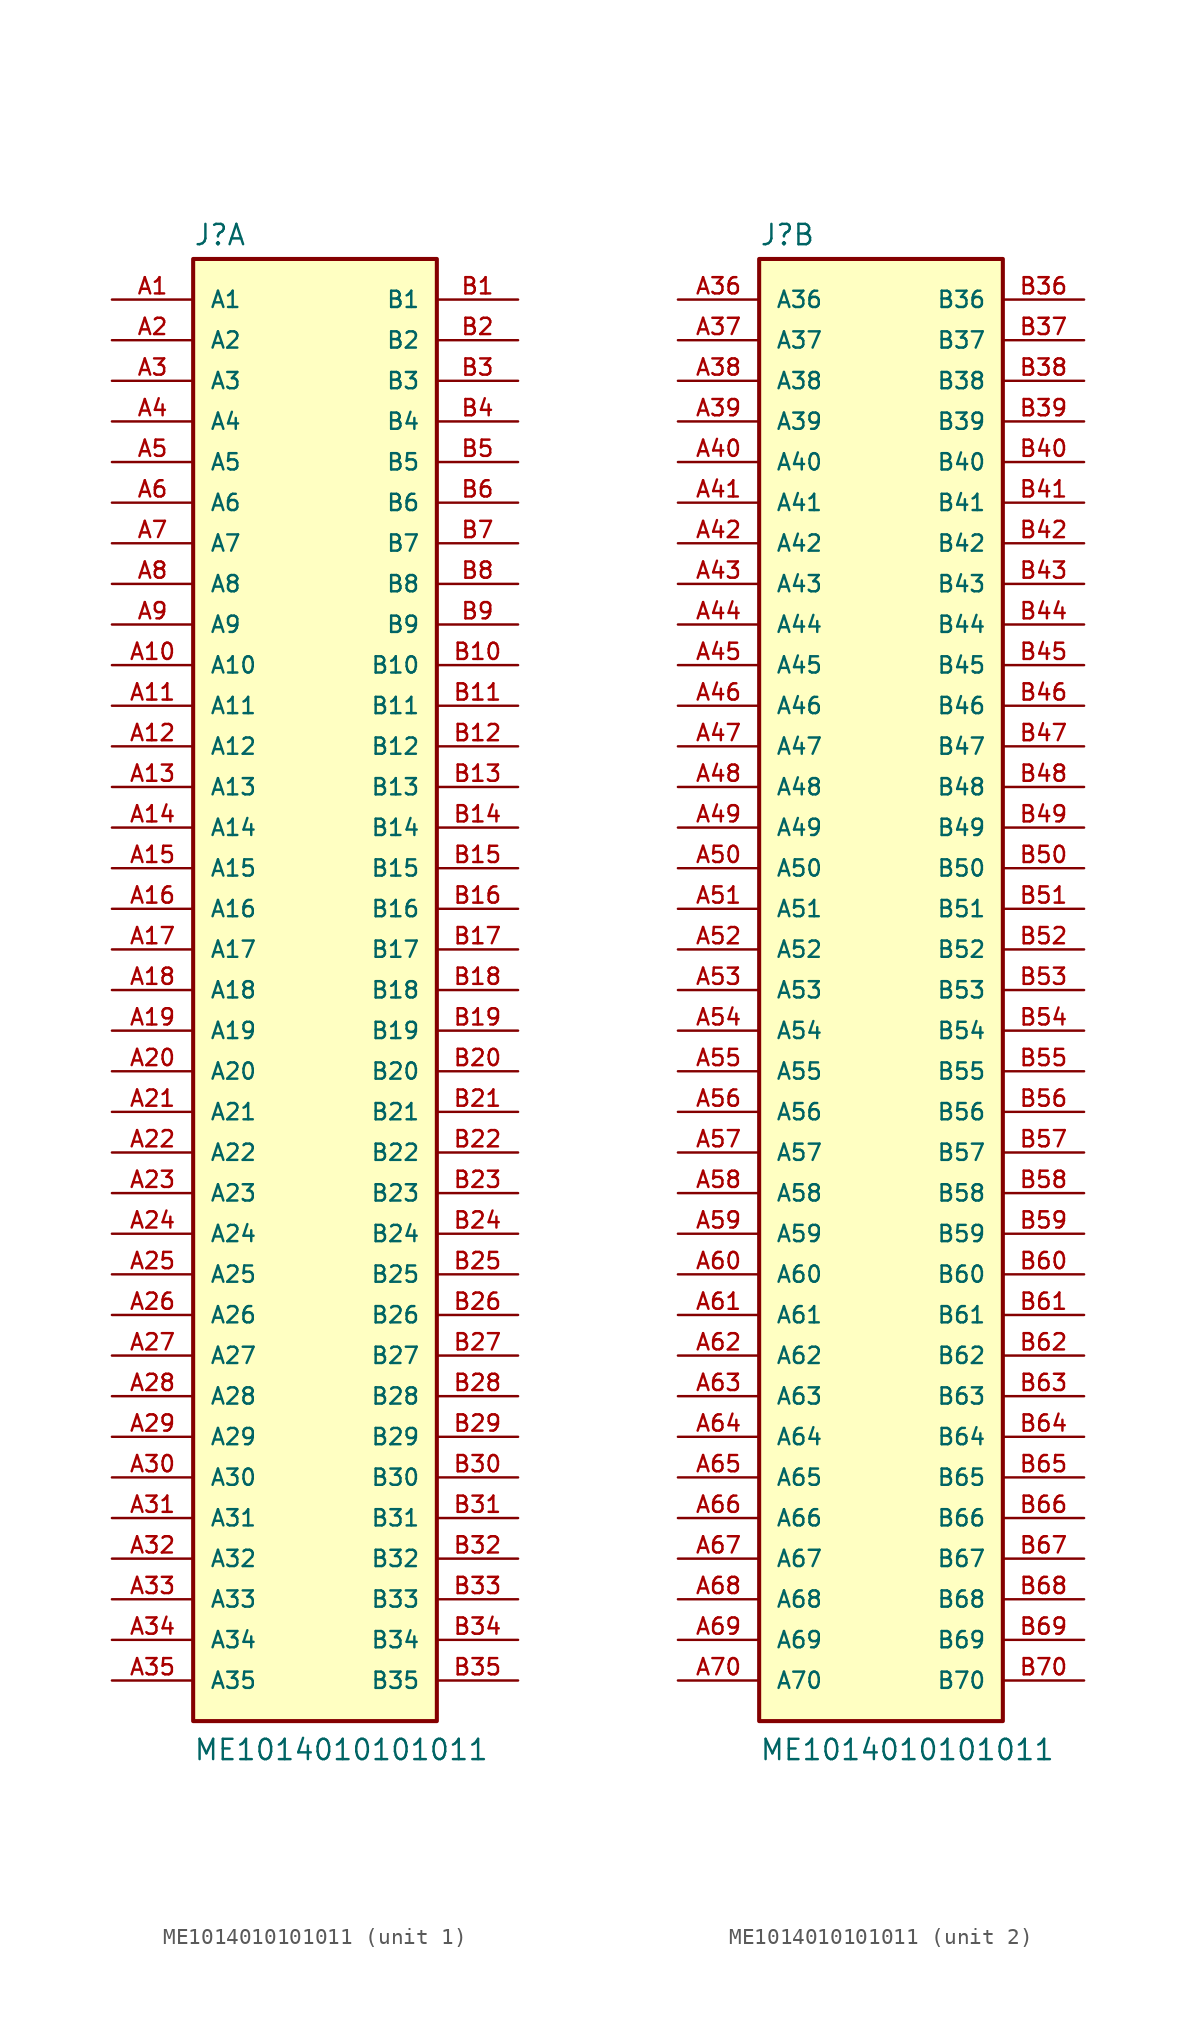
<source format=kicad_sym>
(kicad_symbol_lib
  (version 20211014)
  (generator kicad_symbol_editor)
  (symbol "ME1014010101011"
    (pin_names
      (offset 1.016))
    (property "Reference" "J"
      (at -7.62 46.482 0)
      (effects (font (size 1.27 1.27)) (justify bottom left)))
    (property "Value" "ME1014010101011"
      (at -7.62 -48.26 0)
      (effects (font (size 1.27 1.27)) (justify bottom left)))
    (symbol "ME1014010101011_1_0"
      (rectangle (start -7.62 -45.72) (end 7.62 45.72) (stroke (width 0.254)) (fill (type background)))
      (pin passive line (at -12.7 43.18 0) (length 5.08) (name "A1" (effects (font (size 1.016 1.016)))) (number "A1" (effects (font (size 1.016 1.016)))))
      (pin passive line (at 12.7 43.18 180.0) (length 5.08) (name "B1" (effects (font (size 1.016 1.016)))) (number "B1" (effects (font (size 1.016 1.016)))))
      (pin passive line (at -12.7 40.64 0) (length 5.08) (name "A2" (effects (font (size 1.016 1.016)))) (number "A2" (effects (font (size 1.016 1.016)))))
      (pin passive line (at 12.7 40.64 180.0) (length 5.08) (name "B2" (effects (font (size 1.016 1.016)))) (number "B2" (effects (font (size 1.016 1.016)))))
      (pin passive line (at -12.7 38.1 0) (length 5.08) (name "A3" (effects (font (size 1.016 1.016)))) (number "A3" (effects (font (size 1.016 1.016)))))
      (pin passive line (at 12.7 38.1 180.0) (length 5.08) (name "B3" (effects (font (size 1.016 1.016)))) (number "B3" (effects (font (size 1.016 1.016)))))
      (pin passive line (at -12.7 35.56 0) (length 5.08) (name "A4" (effects (font (size 1.016 1.016)))) (number "A4" (effects (font (size 1.016 1.016)))))
      (pin passive line (at 12.7 35.56 180.0) (length 5.08) (name "B4" (effects (font (size 1.016 1.016)))) (number "B4" (effects (font (size 1.016 1.016)))))
      (pin passive line (at -12.7 33.02 0) (length 5.08) (name "A5" (effects (font (size 1.016 1.016)))) (number "A5" (effects (font (size 1.016 1.016)))))
      (pin passive line (at 12.7 33.02 180.0) (length 5.08) (name "B5" (effects (font (size 1.016 1.016)))) (number "B5" (effects (font (size 1.016 1.016)))))
      (pin passive line (at -12.7 30.48 0) (length 5.08) (name "A6" (effects (font (size 1.016 1.016)))) (number "A6" (effects (font (size 1.016 1.016)))))
      (pin passive line (at 12.7 30.48 180.0) (length 5.08) (name "B6" (effects (font (size 1.016 1.016)))) (number "B6" (effects (font (size 1.016 1.016)))))
      (pin passive line (at -12.7 27.94 0) (length 5.08) (name "A7" (effects (font (size 1.016 1.016)))) (number "A7" (effects (font (size 1.016 1.016)))))
      (pin passive line (at 12.7 27.94 180.0) (length 5.08) (name "B7" (effects (font (size 1.016 1.016)))) (number "B7" (effects (font (size 1.016 1.016)))))
      (pin passive line (at -12.7 25.4 0) (length 5.08) (name "A8" (effects (font (size 1.016 1.016)))) (number "A8" (effects (font (size 1.016 1.016)))))
      (pin passive line (at 12.7 25.4 180.0) (length 5.08) (name "B8" (effects (font (size 1.016 1.016)))) (number "B8" (effects (font (size 1.016 1.016)))))
      (pin passive line (at -12.7 22.86 0) (length 5.08) (name "A9" (effects (font (size 1.016 1.016)))) (number "A9" (effects (font (size 1.016 1.016)))))
      (pin passive line (at 12.7 22.86 180.0) (length 5.08) (name "B9" (effects (font (size 1.016 1.016)))) (number "B9" (effects (font (size 1.016 1.016)))))
      (pin passive line (at -12.7 20.32 0) (length 5.08) (name "A10" (effects (font (size 1.016 1.016)))) (number "A10" (effects (font (size 1.016 1.016)))))
      (pin passive line (at 12.7 20.32 180.0) (length 5.08) (name "B10" (effects (font (size 1.016 1.016)))) (number "B10" (effects (font (size 1.016 1.016)))))
      (pin passive line (at -12.7 17.78 0) (length 5.08) (name "A11" (effects (font (size 1.016 1.016)))) (number "A11" (effects (font (size 1.016 1.016)))))
      (pin passive line (at 12.7 17.78 180.0) (length 5.08) (name "B11" (effects (font (size 1.016 1.016)))) (number "B11" (effects (font (size 1.016 1.016)))))
      (pin passive line (at -12.7 15.24 0) (length 5.08) (name "A12" (effects (font (size 1.016 1.016)))) (number "A12" (effects (font (size 1.016 1.016)))))
      (pin passive line (at 12.7 15.24 180.0) (length 5.08) (name "B12" (effects (font (size 1.016 1.016)))) (number "B12" (effects (font (size 1.016 1.016)))))
      (pin passive line (at -12.7 12.7 0) (length 5.08) (name "A13" (effects (font (size 1.016 1.016)))) (number "A13" (effects (font (size 1.016 1.016)))))
      (pin passive line (at 12.7 12.7 180.0) (length 5.08) (name "B13" (effects (font (size 1.016 1.016)))) (number "B13" (effects (font (size 1.016 1.016)))))
      (pin passive line (at -12.7 10.16 0) (length 5.08) (name "A14" (effects (font (size 1.016 1.016)))) (number "A14" (effects (font (size 1.016 1.016)))))
      (pin passive line (at 12.7 10.16 180.0) (length 5.08) (name "B14" (effects (font (size 1.016 1.016)))) (number "B14" (effects (font (size 1.016 1.016)))))
      (pin passive line (at -12.7 7.62 0) (length 5.08) (name "A15" (effects (font (size 1.016 1.016)))) (number "A15" (effects (font (size 1.016 1.016)))))
      (pin passive line (at 12.7 7.62 180.0) (length 5.08) (name "B15" (effects (font (size 1.016 1.016)))) (number "B15" (effects (font (size 1.016 1.016)))))
      (pin passive line (at -12.7 5.08 0) (length 5.08) (name "A16" (effects (font (size 1.016 1.016)))) (number "A16" (effects (font (size 1.016 1.016)))))
      (pin passive line (at 12.7 5.08 180.0) (length 5.08) (name "B16" (effects (font (size 1.016 1.016)))) (number "B16" (effects (font (size 1.016 1.016)))))
      (pin passive line (at -12.7 2.54 0) (length 5.08) (name "A17" (effects (font (size 1.016 1.016)))) (number "A17" (effects (font (size 1.016 1.016)))))
      (pin passive line (at 12.7 2.54 180.0) (length 5.08) (name "B17" (effects (font (size 1.016 1.016)))) (number "B17" (effects (font (size 1.016 1.016)))))
      (pin passive line (at -12.7 0.0 0) (length 5.08) (name "A18" (effects (font (size 1.016 1.016)))) (number "A18" (effects (font (size 1.016 1.016)))))
      (pin passive line (at 12.7 0.0 180.0) (length 5.08) (name "B18" (effects (font (size 1.016 1.016)))) (number "B18" (effects (font (size 1.016 1.016)))))
      (pin passive line (at -12.7 -2.54 0) (length 5.08) (name "A19" (effects (font (size 1.016 1.016)))) (number "A19" (effects (font (size 1.016 1.016)))))
      (pin passive line (at 12.7 -2.54 180.0) (length 5.08) (name "B19" (effects (font (size 1.016 1.016)))) (number "B19" (effects (font (size 1.016 1.016)))))
      (pin passive line (at -12.7 -5.08 0) (length 5.08) (name "A20" (effects (font (size 1.016 1.016)))) (number "A20" (effects (font (size 1.016 1.016)))))
      (pin passive line (at 12.7 -5.08 180.0) (length 5.08) (name "B20" (effects (font (size 1.016 1.016)))) (number "B20" (effects (font (size 1.016 1.016)))))
      (pin passive line (at -12.7 -7.62 0) (length 5.08) (name "A21" (effects (font (size 1.016 1.016)))) (number "A21" (effects (font (size 1.016 1.016)))))
      (pin passive line (at 12.7 -7.62 180.0) (length 5.08) (name "B21" (effects (font (size 1.016 1.016)))) (number "B21" (effects (font (size 1.016 1.016)))))
      (pin passive line (at -12.7 -10.16 0) (length 5.08) (name "A22" (effects (font (size 1.016 1.016)))) (number "A22" (effects (font (size 1.016 1.016)))))
      (pin passive line (at 12.7 -10.16 180.0) (length 5.08) (name "B22" (effects (font (size 1.016 1.016)))) (number "B22" (effects (font (size 1.016 1.016)))))
      (pin passive line (at -12.7 -12.7 0) (length 5.08) (name "A23" (effects (font (size 1.016 1.016)))) (number "A23" (effects (font (size 1.016 1.016)))))
      (pin passive line (at 12.7 -12.7 180.0) (length 5.08) (name "B23" (effects (font (size 1.016 1.016)))) (number "B23" (effects (font (size 1.016 1.016)))))
      (pin passive line (at -12.7 -15.24 0) (length 5.08) (name "A24" (effects (font (size 1.016 1.016)))) (number "A24" (effects (font (size 1.016 1.016)))))
      (pin passive line (at 12.7 -15.24 180.0) (length 5.08) (name "B24" (effects (font (size 1.016 1.016)))) (number "B24" (effects (font (size 1.016 1.016)))))
      (pin passive line (at -12.7 -17.78 0) (length 5.08) (name "A25" (effects (font (size 1.016 1.016)))) (number "A25" (effects (font (size 1.016 1.016)))))
      (pin passive line (at 12.7 -17.78 180.0) (length 5.08) (name "B25" (effects (font (size 1.016 1.016)))) (number "B25" (effects (font (size 1.016 1.016)))))
      (pin passive line (at -12.7 -20.32 0) (length 5.08) (name "A26" (effects (font (size 1.016 1.016)))) (number "A26" (effects (font (size 1.016 1.016)))))
      (pin passive line (at 12.7 -20.32 180.0) (length 5.08) (name "B26" (effects (font (size 1.016 1.016)))) (number "B26" (effects (font (size 1.016 1.016)))))
      (pin passive line (at -12.7 -22.86 0) (length 5.08) (name "A27" (effects (font (size 1.016 1.016)))) (number "A27" (effects (font (size 1.016 1.016)))))
      (pin passive line (at 12.7 -22.86 180.0) (length 5.08) (name "B27" (effects (font (size 1.016 1.016)))) (number "B27" (effects (font (size 1.016 1.016)))))
      (pin passive line (at -12.7 -25.4 0) (length 5.08) (name "A28" (effects (font (size 1.016 1.016)))) (number "A28" (effects (font (size 1.016 1.016)))))
      (pin passive line (at 12.7 -25.4 180.0) (length 5.08) (name "B28" (effects (font (size 1.016 1.016)))) (number "B28" (effects (font (size 1.016 1.016)))))
      (pin passive line (at -12.7 -27.94 0) (length 5.08) (name "A29" (effects (font (size 1.016 1.016)))) (number "A29" (effects (font (size 1.016 1.016)))))
      (pin passive line (at 12.7 -27.94 180.0) (length 5.08) (name "B29" (effects (font (size 1.016 1.016)))) (number "B29" (effects (font (size 1.016 1.016)))))
      (pin passive line (at -12.7 -30.48 0) (length 5.08) (name "A30" (effects (font (size 1.016 1.016)))) (number "A30" (effects (font (size 1.016 1.016)))))
      (pin passive line (at 12.7 -30.48 180.0) (length 5.08) (name "B30" (effects (font (size 1.016 1.016)))) (number "B30" (effects (font (size 1.016 1.016)))))
      (pin passive line (at -12.7 -33.02 0) (length 5.08) (name "A31" (effects (font (size 1.016 1.016)))) (number "A31" (effects (font (size 1.016 1.016)))))
      (pin passive line (at 12.7 -33.02 180.0) (length 5.08) (name "B31" (effects (font (size 1.016 1.016)))) (number "B31" (effects (font (size 1.016 1.016)))))
      (pin passive line (at -12.7 -35.56 0) (length 5.08) (name "A32" (effects (font (size 1.016 1.016)))) (number "A32" (effects (font (size 1.016 1.016)))))
      (pin passive line (at 12.7 -35.56 180.0) (length 5.08) (name "B32" (effects (font (size 1.016 1.016)))) (number "B32" (effects (font (size 1.016 1.016)))))
      (pin passive line (at -12.7 -38.1 0) (length 5.08) (name "A33" (effects (font (size 1.016 1.016)))) (number "A33" (effects (font (size 1.016 1.016)))))
      (pin passive line (at 12.7 -38.1 180.0) (length 5.08) (name "B33" (effects (font (size 1.016 1.016)))) (number "B33" (effects (font (size 1.016 1.016)))))
      (pin passive line (at -12.7 -40.64 0) (length 5.08) (name "A34" (effects (font (size 1.016 1.016)))) (number "A34" (effects (font (size 1.016 1.016)))))
      (pin passive line (at 12.7 -40.64 180.0) (length 5.08) (name "B34" (effects (font (size 1.016 1.016)))) (number "B34" (effects (font (size 1.016 1.016)))))
      (pin passive line (at -12.7 -43.18 0) (length 5.08) (name "A35" (effects (font (size 1.016 1.016)))) (number "A35" (effects (font (size 1.016 1.016)))))
      (pin passive line (at 12.7 -43.18 180.0) (length 5.08) (name "B35" (effects (font (size 1.016 1.016)))) (number "B35" (effects (font (size 1.016 1.016))))))
    (symbol "ME1014010101011_2_0"
      (rectangle (start -7.62 -45.72) (end 7.62 45.72) (stroke (width 0.254)) (fill (type background)))
      (pin passive line (at -12.7 43.18 0) (length 5.08) (name "A36" (effects (font (size 1.016 1.016)))) (number "A36" (effects (font (size 1.016 1.016)))))
      (pin passive line (at 12.7 43.18 180.0) (length 5.08) (name "B36" (effects (font (size 1.016 1.016)))) (number "B36" (effects (font (size 1.016 1.016)))))
      (pin passive line (at -12.7 40.64 0) (length 5.08) (name "A37" (effects (font (size 1.016 1.016)))) (number "A37" (effects (font (size 1.016 1.016)))))
      (pin passive line (at 12.7 40.64 180.0) (length 5.08) (name "B37" (effects (font (size 1.016 1.016)))) (number "B37" (effects (font (size 1.016 1.016)))))
      (pin passive line (at -12.7 38.1 0) (length 5.08) (name "A38" (effects (font (size 1.016 1.016)))) (number "A38" (effects (font (size 1.016 1.016)))))
      (pin passive line (at 12.7 38.1 180.0) (length 5.08) (name "B38" (effects (font (size 1.016 1.016)))) (number "B38" (effects (font (size 1.016 1.016)))))
      (pin passive line (at -12.7 35.56 0) (length 5.08) (name "A39" (effects (font (size 1.016 1.016)))) (number "A39" (effects (font (size 1.016 1.016)))))
      (pin passive line (at 12.7 35.56 180.0) (length 5.08) (name "B39" (effects (font (size 1.016 1.016)))) (number "B39" (effects (font (size 1.016 1.016)))))
      (pin passive line (at -12.7 33.02 0) (length 5.08) (name "A40" (effects (font (size 1.016 1.016)))) (number "A40" (effects (font (size 1.016 1.016)))))
      (pin passive line (at 12.7 33.02 180.0) (length 5.08) (name "B40" (effects (font (size 1.016 1.016)))) (number "B40" (effects (font (size 1.016 1.016)))))
      (pin passive line (at -12.7 30.48 0) (length 5.08) (name "A41" (effects (font (size 1.016 1.016)))) (number "A41" (effects (font (size 1.016 1.016)))))
      (pin passive line (at 12.7 30.48 180.0) (length 5.08) (name "B41" (effects (font (size 1.016 1.016)))) (number "B41" (effects (font (size 1.016 1.016)))))
      (pin passive line (at -12.7 27.94 0) (length 5.08) (name "A42" (effects (font (size 1.016 1.016)))) (number "A42" (effects (font (size 1.016 1.016)))))
      (pin passive line (at 12.7 27.94 180.0) (length 5.08) (name "B42" (effects (font (size 1.016 1.016)))) (number "B42" (effects (font (size 1.016 1.016)))))
      (pin passive line (at -12.7 25.4 0) (length 5.08) (name "A43" (effects (font (size 1.016 1.016)))) (number "A43" (effects (font (size 1.016 1.016)))))
      (pin passive line (at 12.7 25.4 180.0) (length 5.08) (name "B43" (effects (font (size 1.016 1.016)))) (number "B43" (effects (font (size 1.016 1.016)))))
      (pin passive line (at -12.7 22.86 0) (length 5.08) (name "A44" (effects (font (size 1.016 1.016)))) (number "A44" (effects (font (size 1.016 1.016)))))
      (pin passive line (at 12.7 22.86 180.0) (length 5.08) (name "B44" (effects (font (size 1.016 1.016)))) (number "B44" (effects (font (size 1.016 1.016)))))
      (pin passive line (at -12.7 20.32 0) (length 5.08) (name "A45" (effects (font (size 1.016 1.016)))) (number "A45" (effects (font (size 1.016 1.016)))))
      (pin passive line (at 12.7 20.32 180.0) (length 5.08) (name "B45" (effects (font (size 1.016 1.016)))) (number "B45" (effects (font (size 1.016 1.016)))))
      (pin passive line (at -12.7 17.78 0) (length 5.08) (name "A46" (effects (font (size 1.016 1.016)))) (number "A46" (effects (font (size 1.016 1.016)))))
      (pin passive line (at 12.7 17.78 180.0) (length 5.08) (name "B46" (effects (font (size 1.016 1.016)))) (number "B46" (effects (font (size 1.016 1.016)))))
      (pin passive line (at -12.7 15.24 0) (length 5.08) (name "A47" (effects (font (size 1.016 1.016)))) (number "A47" (effects (font (size 1.016 1.016)))))
      (pin passive line (at 12.7 15.24 180.0) (length 5.08) (name "B47" (effects (font (size 1.016 1.016)))) (number "B47" (effects (font (size 1.016 1.016)))))
      (pin passive line (at -12.7 12.7 0) (length 5.08) (name "A48" (effects (font (size 1.016 1.016)))) (number "A48" (effects (font (size 1.016 1.016)))))
      (pin passive line (at 12.7 12.7 180.0) (length 5.08) (name "B48" (effects (font (size 1.016 1.016)))) (number "B48" (effects (font (size 1.016 1.016)))))
      (pin passive line (at -12.7 10.16 0) (length 5.08) (name "A49" (effects (font (size 1.016 1.016)))) (number "A49" (effects (font (size 1.016 1.016)))))
      (pin passive line (at 12.7 10.16 180.0) (length 5.08) (name "B49" (effects (font (size 1.016 1.016)))) (number "B49" (effects (font (size 1.016 1.016)))))
      (pin passive line (at -12.7 7.62 0) (length 5.08) (name "A50" (effects (font (size 1.016 1.016)))) (number "A50" (effects (font (size 1.016 1.016)))))
      (pin passive line (at 12.7 7.62 180.0) (length 5.08) (name "B50" (effects (font (size 1.016 1.016)))) (number "B50" (effects (font (size 1.016 1.016)))))
      (pin passive line (at -12.7 5.08 0) (length 5.08) (name "A51" (effects (font (size 1.016 1.016)))) (number "A51" (effects (font (size 1.016 1.016)))))
      (pin passive line (at 12.7 5.08 180.0) (length 5.08) (name "B51" (effects (font (size 1.016 1.016)))) (number "B51" (effects (font (size 1.016 1.016)))))
      (pin passive line (at -12.7 2.54 0) (length 5.08) (name "A52" (effects (font (size 1.016 1.016)))) (number "A52" (effects (font (size 1.016 1.016)))))
      (pin passive line (at 12.7 2.54 180.0) (length 5.08) (name "B52" (effects (font (size 1.016 1.016)))) (number "B52" (effects (font (size 1.016 1.016)))))
      (pin passive line (at -12.7 0.0 0) (length 5.08) (name "A53" (effects (font (size 1.016 1.016)))) (number "A53" (effects (font (size 1.016 1.016)))))
      (pin passive line (at 12.7 0.0 180.0) (length 5.08) (name "B53" (effects (font (size 1.016 1.016)))) (number "B53" (effects (font (size 1.016 1.016)))))
      (pin passive line (at -12.7 -2.54 0) (length 5.08) (name "A54" (effects (font (size 1.016 1.016)))) (number "A54" (effects (font (size 1.016 1.016)))))
      (pin passive line (at 12.7 -2.54 180.0) (length 5.08) (name "B54" (effects (font (size 1.016 1.016)))) (number "B54" (effects (font (size 1.016 1.016)))))
      (pin passive line (at -12.7 -5.08 0) (length 5.08) (name "A55" (effects (font (size 1.016 1.016)))) (number "A55" (effects (font (size 1.016 1.016)))))
      (pin passive line (at 12.7 -5.08 180.0) (length 5.08) (name "B55" (effects (font (size 1.016 1.016)))) (number "B55" (effects (font (size 1.016 1.016)))))
      (pin passive line (at -12.7 -7.62 0) (length 5.08) (name "A56" (effects (font (size 1.016 1.016)))) (number "A56" (effects (font (size 1.016 1.016)))))
      (pin passive line (at 12.7 -7.62 180.0) (length 5.08) (name "B56" (effects (font (size 1.016 1.016)))) (number "B56" (effects (font (size 1.016 1.016)))))
      (pin passive line (at -12.7 -10.16 0) (length 5.08) (name "A57" (effects (font (size 1.016 1.016)))) (number "A57" (effects (font (size 1.016 1.016)))))
      (pin passive line (at 12.7 -10.16 180.0) (length 5.08) (name "B57" (effects (font (size 1.016 1.016)))) (number "B57" (effects (font (size 1.016 1.016)))))
      (pin passive line (at -12.7 -12.7 0) (length 5.08) (name "A58" (effects (font (size 1.016 1.016)))) (number "A58" (effects (font (size 1.016 1.016)))))
      (pin passive line (at 12.7 -12.7 180.0) (length 5.08) (name "B58" (effects (font (size 1.016 1.016)))) (number "B58" (effects (font (size 1.016 1.016)))))
      (pin passive line (at -12.7 -15.24 0) (length 5.08) (name "A59" (effects (font (size 1.016 1.016)))) (number "A59" (effects (font (size 1.016 1.016)))))
      (pin passive line (at 12.7 -15.24 180.0) (length 5.08) (name "B59" (effects (font (size 1.016 1.016)))) (number "B59" (effects (font (size 1.016 1.016)))))
      (pin passive line (at -12.7 -17.78 0) (length 5.08) (name "A60" (effects (font (size 1.016 1.016)))) (number "A60" (effects (font (size 1.016 1.016)))))
      (pin passive line (at 12.7 -17.78 180.0) (length 5.08) (name "B60" (effects (font (size 1.016 1.016)))) (number "B60" (effects (font (size 1.016 1.016)))))
      (pin passive line (at -12.7 -20.32 0) (length 5.08) (name "A61" (effects (font (size 1.016 1.016)))) (number "A61" (effects (font (size 1.016 1.016)))))
      (pin passive line (at 12.7 -20.32 180.0) (length 5.08) (name "B61" (effects (font (size 1.016 1.016)))) (number "B61" (effects (font (size 1.016 1.016)))))
      (pin passive line (at -12.7 -22.86 0) (length 5.08) (name "A62" (effects (font (size 1.016 1.016)))) (number "A62" (effects (font (size 1.016 1.016)))))
      (pin passive line (at 12.7 -22.86 180.0) (length 5.08) (name "B62" (effects (font (size 1.016 1.016)))) (number "B62" (effects (font (size 1.016 1.016)))))
      (pin passive line (at -12.7 -25.4 0) (length 5.08) (name "A63" (effects (font (size 1.016 1.016)))) (number "A63" (effects (font (size 1.016 1.016)))))
      (pin passive line (at 12.7 -25.4 180.0) (length 5.08) (name "B63" (effects (font (size 1.016 1.016)))) (number "B63" (effects (font (size 1.016 1.016)))))
      (pin passive line (at -12.7 -27.94 0) (length 5.08) (name "A64" (effects (font (size 1.016 1.016)))) (number "A64" (effects (font (size 1.016 1.016)))))
      (pin passive line (at 12.7 -27.94 180.0) (length 5.08) (name "B64" (effects (font (size 1.016 1.016)))) (number "B64" (effects (font (size 1.016 1.016)))))
      (pin passive line (at -12.7 -30.48 0) (length 5.08) (name "A65" (effects (font (size 1.016 1.016)))) (number "A65" (effects (font (size 1.016 1.016)))))
      (pin passive line (at 12.7 -30.48 180.0) (length 5.08) (name "B65" (effects (font (size 1.016 1.016)))) (number "B65" (effects (font (size 1.016 1.016)))))
      (pin passive line (at -12.7 -33.02 0) (length 5.08) (name "A66" (effects (font (size 1.016 1.016)))) (number "A66" (effects (font (size 1.016 1.016)))))
      (pin passive line (at 12.7 -33.02 180.0) (length 5.08) (name "B66" (effects (font (size 1.016 1.016)))) (number "B66" (effects (font (size 1.016 1.016)))))
      (pin passive line (at -12.7 -35.56 0) (length 5.08) (name "A67" (effects (font (size 1.016 1.016)))) (number "A67" (effects (font (size 1.016 1.016)))))
      (pin passive line (at 12.7 -35.56 180.0) (length 5.08) (name "B67" (effects (font (size 1.016 1.016)))) (number "B67" (effects (font (size 1.016 1.016)))))
      (pin passive line (at -12.7 -38.1 0) (length 5.08) (name "A68" (effects (font (size 1.016 1.016)))) (number "A68" (effects (font (size 1.016 1.016)))))
      (pin passive line (at 12.7 -38.1 180.0) (length 5.08) (name "B68" (effects (font (size 1.016 1.016)))) (number "B68" (effects (font (size 1.016 1.016)))))
      (pin passive line (at -12.7 -40.64 0) (length 5.08) (name "A69" (effects (font (size 1.016 1.016)))) (number "A69" (effects (font (size 1.016 1.016)))))
      (pin passive line (at 12.7 -40.64 180.0) (length 5.08) (name "B69" (effects (font (size 1.016 1.016)))) (number "B69" (effects (font (size 1.016 1.016)))))
      (pin passive line (at -12.7 -43.18 0) (length 5.08) (name "A70" (effects (font (size 1.016 1.016)))) (number "A70" (effects (font (size 1.016 1.016)))))
      (pin passive line (at 12.7 -43.18 180.0) (length 5.08) (name "B70" (effects (font (size 1.016 1.016)))) (number "B70" (effects (font (size 1.016 1.016))))))))
</source>
